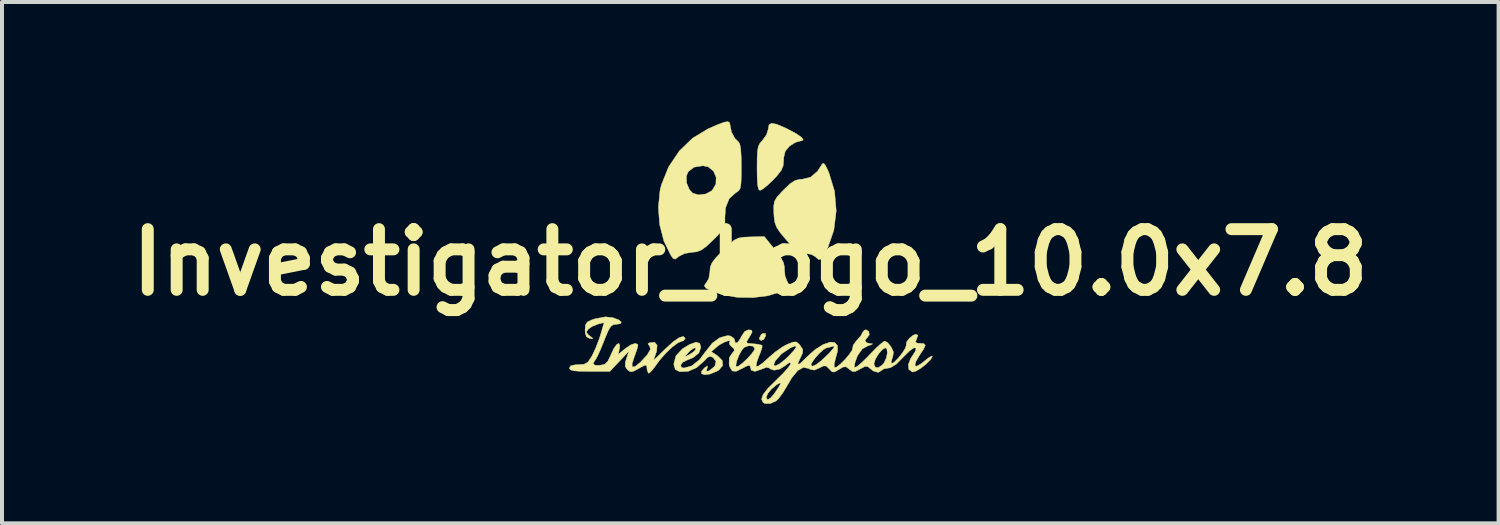
<source format=kicad_pcb>
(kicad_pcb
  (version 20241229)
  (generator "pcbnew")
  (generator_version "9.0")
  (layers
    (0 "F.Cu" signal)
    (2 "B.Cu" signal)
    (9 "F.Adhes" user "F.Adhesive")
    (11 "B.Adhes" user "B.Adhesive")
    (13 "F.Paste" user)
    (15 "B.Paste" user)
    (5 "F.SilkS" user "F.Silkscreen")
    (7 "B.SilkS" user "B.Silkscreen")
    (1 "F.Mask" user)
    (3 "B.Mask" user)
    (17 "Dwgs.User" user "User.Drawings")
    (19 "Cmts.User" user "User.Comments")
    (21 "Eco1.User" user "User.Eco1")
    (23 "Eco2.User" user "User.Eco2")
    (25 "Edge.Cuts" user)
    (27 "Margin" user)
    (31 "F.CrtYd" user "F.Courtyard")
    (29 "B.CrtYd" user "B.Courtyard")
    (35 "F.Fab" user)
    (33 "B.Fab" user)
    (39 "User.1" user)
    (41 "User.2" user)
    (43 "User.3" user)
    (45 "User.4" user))
  (footprint "Investigator_Logo_10.0x7.8"
    (layer "F.Cu")
    (at 15.792 3.539)
    (property "Reference" "Investigator_Logo_10.0x7.8" (at 0 0 0) (layer "F.SilkS") (effects (font (size 1.524 1.524) (thickness 0.3))))
    (attr through_hole)
    (fp_poly (pts (xy 0.382 1.785) (xy 0.385 1.844) (xy 0.341 1.93) (xy 0.276 1.964) (xy 0.23 1.931) (xy 0.226 1.902) (xy 0.272 1.811) (xy 0.315 1.784) (xy 0.382 1.785)) (stroke (width 0.01) (type solid)) (fill yes) (layer "F.SilkS"))
    (fp_poly (pts (xy 0.612 -0.326) (xy 0.757 -0.135) (xy 0.834 0.006) (xy 0.858 0.124) (xy 0.856 0.171) (xy 0.873 0.346) (xy 0.929 0.485) (xy 0.979 0.569) (xy 0.974 0.624) (xy 0.9 0.676) (xy 0.755 0.743) (xy 0.438 0.839) (xy 0.063 0.884) (xy -0.324 0.878) (xy -0.68 0.817) (xy -0.755 0.795) (xy -0.984 0.713) (xy -1.113 0.647) (xy -1.155 0.588) (xy -1.121 0.526) (xy -1.103 0.51) (xy -1.043 0.404) (xy -1.016 0.243) (xy -1.016 0.231) (xy -1.005 0.115) (xy -0.96 0.007) (xy -0.864 -0.118) (xy -0.701 -0.287) (xy -0.685 -0.303) (xy -0.519 -0.464) (xy -0.4 -0.561) (xy -0.293 -0.612) (xy -0.166 -0.633) (xy -0.002 -0.64) (xy 0.351 -0.649) (xy 0.612 -0.326)) (stroke (width 0.01) (type solid)) (fill yes) (layer "F.SilkS"))
    (fp_poly (pts (xy 0.655 -3.471) (xy 0.854 -3.388) (xy 0.936 -3.349) (xy 1.156 -3.231) (xy 1.289 -3.138) (xy 1.33 -3.076) (xy 1.273 -3.049) (xy 1.252 -3.048) (xy 1.13 -3.012) (xy 0.994 -2.926) (xy 0.985 -2.919) (xy 0.877 -2.791) (xy 0.838 -2.63) (xy 0.837 -2.566) (xy 0.825 -2.428) (xy 0.776 -2.31) (xy 0.671 -2.175) (xy 0.576 -2.074) (xy 0.432 -1.937) (xy 0.311 -1.841) (xy 0.242 -1.806) (xy 0.207 -1.837) (xy 0.184 -1.939) (xy 0.172 -2.128) (xy 0.169 -2.368) (xy 0.171 -2.628) (xy 0.181 -2.802) (xy 0.203 -2.916) (xy 0.244 -2.996) (xy 0.308 -3.068) (xy 0.31 -3.071) (xy 0.408 -3.208) (xy 0.451 -3.348) (xy 0.452 -3.356) (xy 0.469 -3.454) (xy 0.532 -3.493) (xy 0.655 -3.471)) (stroke (width 0.01) (type solid)) (fill yes) (layer "F.SilkS"))
    (fp_poly (pts (xy 1.867 -2.466) (xy 1.925 -2.359) (xy 1.973 -2.252) (xy 2.116 -1.783) (xy 2.157 -1.293) (xy 2.097 -0.807) (xy 1.944 -0.364) (xy 1.848 -0.176) (xy 1.778 -0.082) (xy 1.716 -0.071) (xy 1.646 -0.13) (xy 1.637 -0.141) (xy 1.534 -0.2) (xy 1.384 -0.226) (xy 1.382 -0.226) (xy 1.274 -0.239) (xy 1.173 -0.291) (xy 1.053 -0.399) (xy 0.902 -0.566) (xy 0.752 -0.745) (xy 0.662 -0.879) (xy 0.616 -1.003) (xy 0.596 -1.154) (xy 0.591 -1.229) (xy 0.587 -1.406) (xy 0.605 -1.527) (xy 0.665 -1.633) (xy 0.782 -1.764) (xy 0.836 -1.82) (xy 0.995 -1.973) (xy 1.118 -2.055) (xy 1.239 -2.086) (xy 1.3 -2.088) (xy 1.512 -2.138) (xy 1.69 -2.291) (xy 1.789 -2.446) (xy 1.826 -2.491) (xy 1.867 -2.466)) (stroke (width 0.01) (type solid)) (fill yes) (layer "F.SilkS"))
    (fp_poly (pts (xy -0.517 -3.505) (xy -0.508 -3.443) (xy -0.473 -3.271) (xy -0.385 -3.11) (xy -0.302 -3.031) (xy -0.265 -2.974) (xy -0.241 -2.846) (xy -0.228 -2.632) (xy -0.226 -2.406) (xy -0.227 -2.143) (xy -0.235 -1.971) (xy -0.253 -1.866) (xy -0.287 -1.804) (xy -0.341 -1.764) (xy -0.361 -1.753) (xy -0.53 -1.601) (xy -0.622 -1.371) (xy -0.638 -1.13) (xy -0.637 -0.99) (xy -0.661 -0.884) (xy -0.725 -0.781) (xy -0.848 -0.648) (xy -0.933 -0.563) (xy -1.104 -0.402) (xy -1.232 -0.309) (xy -1.347 -0.265) (xy -1.464 -0.254) (xy -1.651 -0.223) (xy -1.794 -0.152) (xy -1.799 -0.147) (xy -1.884 -0.082) (xy -1.94 -0.1) (xy -1.996 -0.179) (xy -2.17 -0.534) (xy -2.276 -0.947) (xy -2.309 -1.384) (xy -2.267 -1.81) (xy -2.232 -1.95) (xy -2.142 -2.173) (xy -1.604 -2.173) (xy -1.601 -1.998) (xy -1.53 -1.827) (xy -1.445 -1.737) (xy -1.296 -1.695) (xy -1.118 -1.718) (xy -0.969 -1.798) (xy -0.96 -1.806) (xy -0.865 -1.965) (xy -0.858 -2.138) (xy -0.926 -2.293) (xy -1.057 -2.399) (xy -1.192 -2.427) (xy -1.417 -2.39) (xy -1.558 -2.279) (xy -1.604 -2.173) (xy -2.142 -2.173) (xy -2.05 -2.401) (xy -1.783 -2.797) (xy -1.447 -3.122) (xy -1.054 -3.358) (xy -1.051 -3.359) (xy -0.809 -3.464) (xy -0.65 -3.522) (xy -0.559 -3.534) (xy -0.517 -3.505)) (stroke (width 0.01) (type solid)) (fill yes) (layer "F.SilkS"))
    (fp_poly (pts (xy -3.453 1.389) (xy -3.307 1.442) (xy -3.24 1.498) (xy -3.261 1.54) (xy -3.364 1.555) (xy -3.443 1.564) (xy -3.505 1.61) (xy -3.567 1.712) (xy -3.644 1.894) (xy -3.674 1.972) (xy -3.757 2.177) (xy -3.833 2.343) (xy -3.886 2.44) (xy -3.893 2.449) (xy -3.949 2.537) (xy -3.902 2.583) (xy -3.775 2.586) (xy -3.658 2.559) (xy -3.58 2.486) (xy -3.508 2.337) (xy -3.5 2.317) (xy -3.425 2.158) (xy -3.353 2.06) (xy -3.299 2.033) (xy -3.277 2.089) (xy -3.286 2.164) (xy -3.314 2.31) (xy -3.148 2.171) (xy -3.003 2.072) (xy -2.889 2.033) (xy -2.827 2.061) (xy -2.822 2.087) (xy -2.842 2.17) (xy -2.891 2.313) (xy -2.914 2.372) (xy -2.97 2.546) (xy -2.964 2.628) (xy -2.894 2.616) (xy -2.763 2.51) (xy -2.76 2.508) (xy -2.587 2.321) (xy -2.509 2.183) (xy -2.528 2.097) (xy -2.539 2.089) (xy -2.571 2.045) (xy -2.526 2.017) (xy -2.402 2.006) (xy -2.341 2.081) (xy -2.352 2.227) (xy -2.363 2.26) (xy -2.406 2.386) (xy -2.427 2.453) (xy -2.427 2.455) (xy -2.391 2.424) (xy -2.294 2.331) (xy -2.156 2.195) (xy -2.125 2.165) (xy -1.938 1.994) (xy -1.786 1.89) (xy -1.682 1.859) (xy -1.638 1.906) (xy -1.637 1.919) (xy -1.682 1.971) (xy -1.709 1.976) (xy -1.815 2.017) (xy -1.963 2.127) (xy -2.126 2.283) (xy -2.281 2.46) (xy -2.357 2.566) (xy -2.456 2.699) (xy -2.532 2.776) (xy -2.561 2.783) (xy -2.592 2.701) (xy -2.596 2.645) (xy -2.605 2.586) (xy -2.647 2.582) (xy -2.751 2.635) (xy -2.798 2.663) (xy -2.932 2.734) (xy -3.011 2.747) (xy -3.076 2.705) (xy -3.088 2.694) (xy -3.142 2.611) (xy -3.137 2.503) (xy -3.111 2.418) (xy -3.048 2.23) (xy -3.528 2.738) (xy -4.036 2.738) (xy -4.284 2.734) (xy -4.438 2.722) (xy -4.518 2.698) (xy -4.544 2.659) (xy -4.544 2.653) (xy -4.506 2.594) (xy -4.382 2.57) (xy -4.32 2.568) (xy -4.174 2.558) (xy -4.081 2.507) (xy -3.998 2.388) (xy -3.972 2.342) (xy -3.882 2.15) (xy -3.794 1.92) (xy -3.76 1.815) (xy -3.672 1.512) (xy -3.825 1.55) (xy -3.973 1.609) (xy -4.064 1.672) (xy -4.116 1.744) (xy -4.081 1.806) (xy -4.036 1.843) (xy -3.957 1.906) (xy -3.969 1.92) (xy -4.036 1.909) (xy -4.116 1.867) (xy -4.147 1.758) (xy -4.149 1.693) (xy -4.139 1.569) (xy -4.092 1.496) (xy -3.976 1.442) (xy -3.901 1.417) (xy -3.637 1.368) (xy -3.453 1.389)) (stroke (width 0.01) (type solid)) (fill yes) (layer "F.SilkS"))
    (fp_poly (pts (xy 2.977 1.734) (xy 2.987 1.82) (xy 2.935 1.891) (xy 2.879 1.961) (xy 2.922 2.019) (xy 3.006 2.037) (xy 3.072 2.046) (xy 3.039 2.068) (xy 2.958 2.093) (xy 2.811 2.173) (xy 2.7 2.331) (xy 2.681 2.371) (xy 2.628 2.517) (xy 2.613 2.619) (xy 2.62 2.639) (xy 2.674 2.619) (xy 2.762 2.548) (xy 3.104 2.548) (xy 3.138 2.635) (xy 3.219 2.642) (xy 3.32 2.571) (xy 3.355 2.527) (xy 3.416 2.402) (xy 3.441 2.27) (xy 3.429 2.173) (xy 3.391 2.145) (xy 3.313 2.19) (xy 3.22 2.298) (xy 3.141 2.429) (xy 3.105 2.542) (xy 3.104 2.548) (xy 2.762 2.548) (xy 2.783 2.531) (xy 2.926 2.392) (xy 2.988 2.328) (xy 3.144 2.167) (xy 3.276 2.045) (xy 3.362 1.981) (xy 3.378 1.976) (xy 3.45 2.018) (xy 3.534 2.119) (xy 3.595 2.25) (xy 3.577 2.373) (xy 3.565 2.401) (xy 3.535 2.501) (xy 3.553 2.54) (xy 3.622 2.499) (xy 3.719 2.4) (xy 3.818 2.274) (xy 3.892 2.157) (xy 3.917 2.081) (xy 3.915 2.075) (xy 3.924 2) (xy 3.995 1.904) (xy 4.092 1.828) (xy 4.159 1.806) (xy 4.208 1.828) (xy 4.181 1.911) (xy 4.177 1.919) (xy 4.147 2.002) (xy 4.199 2.03) (xy 4.26 2.032) (xy 4.36 2.041) (xy 4.393 2.08) (xy 4.357 2.169) (xy 4.256 2.322) (xy 4.156 2.491) (xy 4.132 2.589) (xy 4.179 2.609) (xy 4.293 2.543) (xy 4.363 2.486) (xy 4.482 2.392) (xy 4.557 2.351) (xy 4.572 2.359) (xy 4.528 2.44) (xy 4.421 2.548) (xy 4.286 2.655) (xy 4.157 2.732) (xy 4.073 2.754) (xy 3.982 2.691) (xy 3.967 2.569) (xy 4.027 2.413) (xy 4.061 2.363) (xy 4.149 2.222) (xy 4.16 2.15) (xy 4.109 2.147) (xy 4.008 2.214) (xy 3.87 2.349) (xy 3.855 2.365) (xy 3.666 2.555) (xy 3.519 2.645) (xy 3.47 2.653) (xy 3.353 2.674) (xy 3.302 2.709) (xy 3.213 2.763) (xy 3.091 2.729) (xy 3.019 2.672) (xy 2.946 2.614) (xy 2.874 2.616) (xy 2.757 2.677) (xy 2.638 2.74) (xy 2.563 2.74) (xy 2.485 2.682) (xy 2.404 2.622) (xy 2.33 2.628) (xy 2.227 2.688) (xy 2.118 2.752) (xy 2.053 2.749) (xy 1.984 2.677) (xy 1.982 2.676) (xy 1.909 2.603) (xy 1.835 2.601) (xy 1.736 2.65) (xy 1.609 2.705) (xy 1.509 2.689) (xy 1.467 2.665) (xy 1.335 2.637) (xy 1.194 2.714) (xy 1.042 2.898) (xy 0.925 3.096) (xy 0.818 3.273) (xy 0.713 3.416) (xy 0.651 3.477) (xy 0.502 3.545) (xy 0.368 3.546) (xy 0.32 3.518) (xy 0.283 3.435) (xy 0.298 3.388) (xy 0.4 3.388) (xy 0.425 3.44) (xy 0.448 3.443) (xy 0.513 3.401) (xy 0.6 3.299) (xy 0.608 3.288) (xy 0.718 3.124) (xy 0.763 3.04) (xy 0.746 3.025) (xy 0.669 3.068) (xy 0.654 3.078) (xy 0.529 3.182) (xy 0.439 3.293) (xy 0.4 3.388) (xy 0.298 3.388) (xy 0.32 3.323) (xy 0.437 3.17) (xy 0.642 2.966) (xy 0.648 2.959) (xy 0.813 2.798) (xy 0.939 2.658) (xy 0.998 2.576) (xy 1.524 2.576) (xy 1.559 2.61) (xy 1.653 2.568) (xy 1.791 2.462) (xy 1.959 2.301) (xy 2.004 2.254) (xy 2.097 2.144) (xy 2.106 2.102) (xy 2.07 2.108) (xy 1.96 2.139) (xy 1.919 2.145) (xy 1.841 2.186) (xy 1.731 2.286) (xy 1.621 2.409) (xy 1.543 2.522) (xy 1.524 2.576) (xy 0.998 2.576) (xy 1.009 2.562) (xy 1.016 2.54) (xy 0.985 2.513) (xy 0.892 2.58) (xy 0.885 2.587) (xy 0.745 2.677) (xy 0.602 2.708) (xy 0.496 2.673) (xy 0.48 2.653) (xy 0.407 2.635) (xy 0.277 2.684) (xy 0.118 2.739) (xy 0.024 2.709) (xy 0 2.623) (xy -0.022 2.584) (xy -0.101 2.607) (xy -0.196 2.659) (xy -0.354 2.735) (xy -0.452 2.728) (xy -0.513 2.63) (xy -0.525 2.587) (xy -0.363 2.587) (xy -0.354 2.619) (xy -0.297 2.605) (xy -0.197 2.53) (xy -0.079 2.42) (xy 0.029 2.302) (xy 0.1 2.202) (xy 0.113 2.162) (xy 0.068 2.104) (xy -0.036 2.092) (xy -0.152 2.133) (xy -0.153 2.134) (xy -0.219 2.211) (xy -0.288 2.34) (xy -0.341 2.479) (xy -0.363 2.587) (xy -0.525 2.587) (xy -0.533 2.562) (xy -0.529 2.396) (xy -0.469 2.302) (xy -0.402 2.216) (xy -0.414 2.162) (xy -0.466 2.12) (xy -0.528 2.05) (xy -0.526 2.012) (xy -0.505 1.97) (xy -0.556 1.97) (xy -0.649 2.002) (xy -0.755 2.058) (xy -0.826 2.109) (xy -0.98 2.242) (xy -0.829 2.341) (xy -0.705 2.464) (xy -0.692 2.589) (xy -0.789 2.703) (xy -0.844 2.736) (xy -1.013 2.804) (xy -1.146 2.822) (xy -1.223 2.797) (xy -1.225 2.733) (xy -1.147 2.646) (xy -1.079 2.598) (xy -1.077 2.635) (xy -1.089 2.668) (xy -1.103 2.736) (xy -1.051 2.727) (xy -1.012 2.707) (xy -0.889 2.604) (xy -0.862 2.49) (xy -0.929 2.394) (xy -1.006 2.357) (xy -1.078 2.389) (xy -1.162 2.479) (xy -1.35 2.644) (xy -1.564 2.737) (xy -1.767 2.745) (xy -1.777 2.743) (xy -1.883 2.69) (xy -1.918 2.579) (xy -1.919 2.539) (xy -1.868 2.35) (xy -1.629 2.35) (xy -1.621 2.362) (xy -1.541 2.322) (xy -1.431 2.25) (xy -1.383 2.201) (xy -1.369 2.147) (xy -1.417 2.153) (xy -1.499 2.208) (xy -1.558 2.266) (xy -1.629 2.35) (xy -1.868 2.35) (xy -1.867 2.346) (xy -1.708 2.174) (xy -1.525 2.061) (xy -1.363 2.003) (xy -1.269 2.033) (xy -1.242 2.139) (xy -1.293 2.274) (xy -1.43 2.39) (xy -1.595 2.457) (xy -1.7 2.51) (xy -1.749 2.581) (xy -1.729 2.638) (xy -1.668 2.653) (xy -1.468 2.598) (xy -1.272 2.44) (xy -1.126 2.245) (xy -0.956 2.029) (xy -0.766 1.89) (xy -0.576 1.839) (xy -0.5 1.848) (xy -0.413 1.906) (xy -0.395 1.954) (xy -0.373 2.027) (xy -0.318 2.011) (xy -0.25 1.914) (xy -0.226 1.863) (xy -0.14 1.734) (xy -0.05 1.693) (xy 0.034 1.704) (xy 0.046 1.751) (xy -0.013 1.859) (xy -0.035 1.893) (xy -0.092 1.991) (xy -0.076 2.029) (xy 0.008 2.039) (xy 0.136 2.049) (xy 0.198 2.058) (xy 0.288 2.079) (xy 0.294 2.08) (xy 0.296 2.131) (xy 0.259 2.25) (xy 0.227 2.326) (xy 0.17 2.478) (xy 0.147 2.588) (xy 0.152 2.613) (xy 0.204 2.603) (xy 0.233 2.582) (xy 0.588 2.582) (xy 0.631 2.599) (xy 0.728 2.552) (xy 0.862 2.449) (xy 0.954 2.363) (xy 1.098 2.208) (xy 1.155 2.12) (xy 1.124 2.099) (xy 1.007 2.147) (xy 1.007 2.148) (xy 0.786 2.295) (xy 0.631 2.467) (xy 0.614 2.497) (xy 0.588 2.582) (xy 0.233 2.582) (xy 0.31 2.528) (xy 0.444 2.407) (xy 0.622 2.253) (xy 0.81 2.121) (xy 0.929 2.057) (xy 1.072 2.002) (xy 1.154 1.997) (xy 1.217 2.045) (xy 1.252 2.088) (xy 1.317 2.186) (xy 1.313 2.276) (xy 1.269 2.373) (xy 1.202 2.515) (xy 1.197 2.569) (xy 1.256 2.535) (xy 1.382 2.414) (xy 1.419 2.376) (xy 1.626 2.191) (xy 1.831 2.062) (xy 2.01 2.002) (xy 2.114 2.01) (xy 2.187 2.084) (xy 2.191 2.228) (xy 2.138 2.422) (xy 2.106 2.554) (xy 2.111 2.637) (xy 2.115 2.641) (xy 2.17 2.627) (xy 2.268 2.549) (xy 2.381 2.435) (xy 2.486 2.311) (xy 2.557 2.205) (xy 2.57 2.148) (xy 2.584 2.078) (xy 2.661 1.973) (xy 2.68 1.954) (xy 2.775 1.843) (xy 2.821 1.76) (xy 2.822 1.752) (xy 2.868 1.7) (xy 2.907 1.693) (xy 2.977 1.734)) (stroke (width 0.01) (type solid)) (fill yes) (layer "F.SilkS")))
  (gr_rect
    (start -3 -3)
    (end 34.583 10.091)
    (stroke (width 0.1) (type default))
    (fill no)
    (layer "Edge.Cuts")))
</source>
